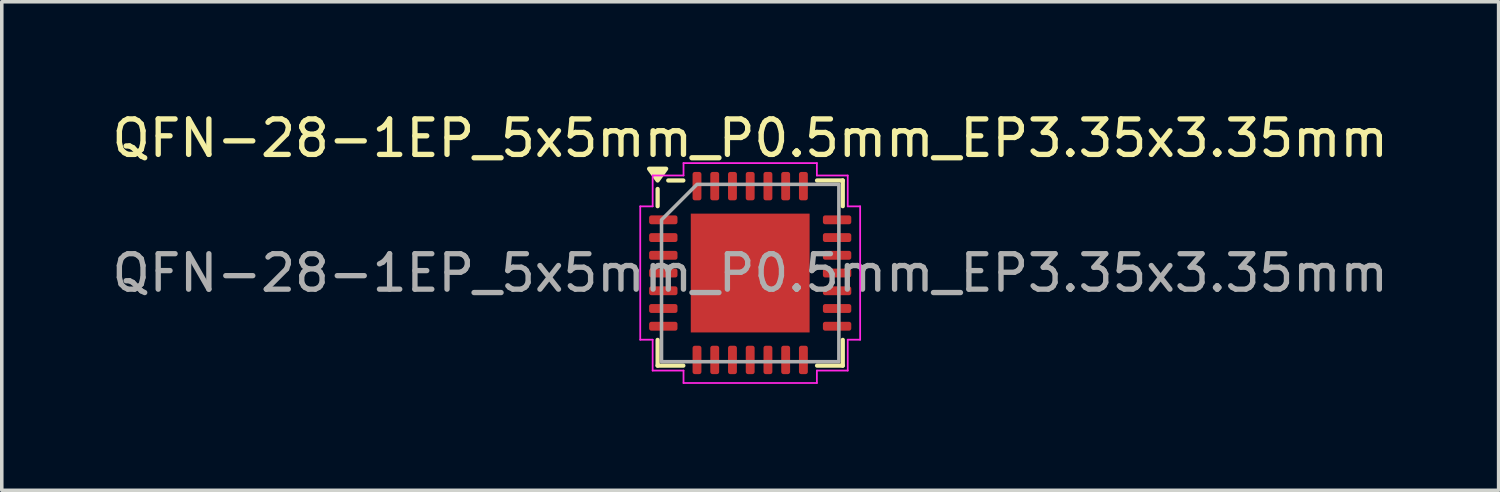
<source format=kicad_pcb>
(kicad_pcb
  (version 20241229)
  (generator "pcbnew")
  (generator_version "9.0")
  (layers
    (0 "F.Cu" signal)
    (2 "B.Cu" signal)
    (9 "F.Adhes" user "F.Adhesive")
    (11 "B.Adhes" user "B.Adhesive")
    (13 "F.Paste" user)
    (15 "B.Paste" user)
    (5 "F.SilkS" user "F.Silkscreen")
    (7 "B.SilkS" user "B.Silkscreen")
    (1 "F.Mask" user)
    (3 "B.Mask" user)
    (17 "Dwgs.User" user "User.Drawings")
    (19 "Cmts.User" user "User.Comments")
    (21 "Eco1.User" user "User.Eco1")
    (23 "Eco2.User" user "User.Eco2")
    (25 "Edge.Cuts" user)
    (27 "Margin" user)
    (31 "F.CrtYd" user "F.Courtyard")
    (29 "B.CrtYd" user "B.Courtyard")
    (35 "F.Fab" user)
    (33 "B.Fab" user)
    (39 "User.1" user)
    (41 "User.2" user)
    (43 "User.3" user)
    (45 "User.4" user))
  (footprint "QFN-28-1EP_5x5mm_P0.5mm_EP3.35x3.35mm"
    (layer "F.Cu")
    (at 18.101 4.648)
    (property "Reference" "QFN-28-1EP_5x5mm_P0.5mm_EP3.35x3.35mm" (at 0 -3.8 0) (layer "F.SilkS") (effects (font (size 1 1) (thickness 0.15))))
    (attr smd)
    (fp_line (start -2.61 -1.885) (end -2.61 -2.37) (stroke (width 0.12) (type solid)) (layer "F.SilkS"))
    (fp_line (start -2.61 2.61) (end -2.61 1.885) (stroke (width 0.12) (type solid)) (layer "F.SilkS"))
    (fp_line (start -1.885 -2.61) (end -2.31 -2.61) (stroke (width 0.12) (type solid)) (layer "F.SilkS"))
    (fp_line (start -1.885 2.61) (end -2.61 2.61) (stroke (width 0.12) (type solid)) (layer "F.SilkS"))
    (fp_line (start 1.885 -2.61) (end 2.61 -2.61) (stroke (width 0.12) (type solid)) (layer "F.SilkS"))
    (fp_line (start 1.885 2.61) (end 2.61 2.61) (stroke (width 0.12) (type solid)) (layer "F.SilkS"))
    (fp_line (start 2.61 -2.61) (end 2.61 -1.885) (stroke (width 0.12) (type solid)) (layer "F.SilkS"))
    (fp_line (start 2.61 2.61) (end 2.61 1.885) (stroke (width 0.12) (type solid)) (layer "F.SilkS"))
    (fp_poly (pts (xy -2.61 -2.61) (xy -2.85 -2.94) (xy -2.37 -2.94)) (stroke (width 0.12) (type solid)) (fill yes) (layer "F.SilkS"))
    (fp_line (start -3.1 -1.88) (end -2.75 -1.88) (stroke (width 0.05) (type solid)) (layer "F.CrtYd"))
    (fp_line (start -3.1 1.88) (end -3.1 -1.88) (stroke (width 0.05) (type solid)) (layer "F.CrtYd"))
    (fp_line (start -2.75 -2.75) (end -1.88 -2.75) (stroke (width 0.05) (type solid)) (layer "F.CrtYd"))
    (fp_line (start -2.75 -1.88) (end -2.75 -2.75) (stroke (width 0.05) (type solid)) (layer "F.CrtYd"))
    (fp_line (start -2.75 1.88) (end -3.1 1.88) (stroke (width 0.05) (type solid)) (layer "F.CrtYd"))
    (fp_line (start -2.75 2.75) (end -2.75 1.88) (stroke (width 0.05) (type solid)) (layer "F.CrtYd"))
    (fp_line (start -1.88 -3.1) (end 1.88 -3.1) (stroke (width 0.05) (type solid)) (layer "F.CrtYd"))
    (fp_line (start -1.88 -2.75) (end -1.88 -3.1) (stroke (width 0.05) (type solid)) (layer "F.CrtYd"))
    (fp_line (start -1.88 2.75) (end -2.75 2.75) (stroke (width 0.05) (type solid)) (layer "F.CrtYd"))
    (fp_line (start -1.88 3.1) (end -1.88 2.75) (stroke (width 0.05) (type solid)) (layer "F.CrtYd"))
    (fp_line (start 1.88 -3.1) (end 1.88 -2.75) (stroke (width 0.05) (type solid)) (layer "F.CrtYd"))
    (fp_line (start 1.88 -2.75) (end 2.75 -2.75) (stroke (width 0.05) (type solid)) (layer "F.CrtYd"))
    (fp_line (start 1.88 2.75) (end 1.88 3.1) (stroke (width 0.05) (type solid)) (layer "F.CrtYd"))
    (fp_line (start 1.88 3.1) (end -1.88 3.1) (stroke (width 0.05) (type solid)) (layer "F.CrtYd"))
    (fp_line (start 2.75 -2.75) (end 2.75 -1.88) (stroke (width 0.05) (type solid)) (layer "F.CrtYd"))
    (fp_line (start 2.75 -1.88) (end 3.1 -1.88) (stroke (width 0.05) (type solid)) (layer "F.CrtYd"))
    (fp_line (start 2.75 1.88) (end 2.75 2.75) (stroke (width 0.05) (type solid)) (layer "F.CrtYd"))
    (fp_line (start 2.75 2.75) (end 1.88 2.75) (stroke (width 0.05) (type solid)) (layer "F.CrtYd"))
    (fp_line (start 3.1 -1.88) (end 3.1 1.88) (stroke (width 0.05) (type solid)) (layer "F.CrtYd"))
    (fp_line (start 3.1 1.88) (end 2.75 1.88) (stroke (width 0.05) (type solid)) (layer "F.CrtYd"))
    (fp_poly (pts (xy -2.5 -1.5) (xy -2.5 2.5) (xy 2.5 2.5) (xy 2.5 -2.5) (xy -1.5 -2.5)) (stroke (width 0.1) (type solid)) (fill no) (layer "F.Fab"))
    (fp_text user "${REFERENCE}" (at 0 0 0) (layer "F.Fab") (effects (font (size 1 1) (thickness 0.15))))
    (pad "" smd roundrect (at -1.12 -1.12) (size 0.9 0.9) (layers "F.Paste") (roundrect_rratio 0.25))
    (pad "" smd roundrect (at -1.12 0) (size 0.9 0.9) (layers "F.Paste") (roundrect_rratio 0.25))
    (pad "" smd roundrect (at -1.12 1.12) (size 0.9 0.9) (layers "F.Paste") (roundrect_rratio 0.25))
    (pad "" smd roundrect (at 0 -1.12) (size 0.9 0.9) (layers "F.Paste") (roundrect_rratio 0.25))
    (pad "" smd roundrect (at 0 0) (size 0.9 0.9) (layers "F.Paste") (roundrect_rratio 0.25))
    (pad "" smd roundrect (at 0 1.12) (size 0.9 0.9) (layers "F.Paste") (roundrect_rratio 0.25))
    (pad "" smd roundrect (at 1.12 -1.12) (size 0.9 0.9) (layers "F.Paste") (roundrect_rratio 0.25))
    (pad "" smd roundrect (at 1.12 0) (size 0.9 0.9) (layers "F.Paste") (roundrect_rratio 0.25))
    (pad "" smd roundrect (at 1.12 1.12) (size 0.9 0.9) (layers "F.Paste") (roundrect_rratio 0.25))
    (pad "1" smd roundrect (at -2.45 -1.5) (size 0.8 0.25) (layers "F.Cu" "F.Mask" "F.Paste") (roundrect_rratio 0.25))
    (pad "2" smd roundrect (at -2.45 -1) (size 0.8 0.25) (layers "F.Cu" "F.Mask" "F.Paste") (roundrect_rratio 0.25))
    (pad "3" smd roundrect (at -2.45 -0.5) (size 0.8 0.25) (layers "F.Cu" "F.Mask" "F.Paste") (roundrect_rratio 0.25))
    (pad "4" smd roundrect (at -2.45 0) (size 0.8 0.25) (layers "F.Cu" "F.Mask" "F.Paste") (roundrect_rratio 0.25))
    (pad "5" smd roundrect (at -2.45 0.5) (size 0.8 0.25) (layers "F.Cu" "F.Mask" "F.Paste") (roundrect_rratio 0.25))
    (pad "6" smd roundrect (at -2.45 1) (size 0.8 0.25) (layers "F.Cu" "F.Mask" "F.Paste") (roundrect_rratio 0.25))
    (pad "7" smd roundrect (at -2.45 1.5) (size 0.8 0.25) (layers "F.Cu" "F.Mask" "F.Paste") (roundrect_rratio 0.25))
    (pad "8" smd roundrect (at -1.5 2.45) (size 0.25 0.8) (layers "F.Cu" "F.Mask" "F.Paste") (roundrect_rratio 0.25))
    (pad "9" smd roundrect (at -1 2.45) (size 0.25 0.8) (layers "F.Cu" "F.Mask" "F.Paste") (roundrect_rratio 0.25))
    (pad "10" smd roundrect (at -0.5 2.45) (size 0.25 0.8) (layers "F.Cu" "F.Mask" "F.Paste") (roundrect_rratio 0.25))
    (pad "11" smd roundrect (at 0 2.45) (size 0.25 0.8) (layers "F.Cu" "F.Mask" "F.Paste") (roundrect_rratio 0.25))
    (pad "12" smd roundrect (at 0.5 2.45) (size 0.25 0.8) (layers "F.Cu" "F.Mask" "F.Paste") (roundrect_rratio 0.25))
    (pad "13" smd roundrect (at 1 2.45) (size 0.25 0.8) (layers "F.Cu" "F.Mask" "F.Paste") (roundrect_rratio 0.25))
    (pad "14" smd roundrect (at 1.5 2.45) (size 0.25 0.8) (layers "F.Cu" "F.Mask" "F.Paste") (roundrect_rratio 0.25))
    (pad "15" smd roundrect (at 2.45 1.5) (size 0.8 0.25) (layers "F.Cu" "F.Mask" "F.Paste") (roundrect_rratio 0.25))
    (pad "16" smd roundrect (at 2.45 1) (size 0.8 0.25) (layers "F.Cu" "F.Mask" "F.Paste") (roundrect_rratio 0.25))
    (pad "17" smd roundrect (at 2.45 0.5) (size 0.8 0.25) (layers "F.Cu" "F.Mask" "F.Paste") (roundrect_rratio 0.25))
    (pad "18" smd roundrect (at 2.45 0) (size 0.8 0.25) (layers "F.Cu" "F.Mask" "F.Paste") (roundrect_rratio 0.25))
    (pad "19" smd roundrect (at 2.45 -0.5) (size 0.8 0.25) (layers "F.Cu" "F.Mask" "F.Paste") (roundrect_rratio 0.25))
    (pad "20" smd roundrect (at 2.45 -1) (size 0.8 0.25) (layers "F.Cu" "F.Mask" "F.Paste") (roundrect_rratio 0.25))
    (pad "21" smd roundrect (at 2.45 -1.5) (size 0.8 0.25) (layers "F.Cu" "F.Mask" "F.Paste") (roundrect_rratio 0.25))
    (pad "22" smd roundrect (at 1.5 -2.45) (size 0.25 0.8) (layers "F.Cu" "F.Mask" "F.Paste") (roundrect_rratio 0.25))
    (pad "23" smd roundrect (at 1 -2.45) (size 0.25 0.8) (layers "F.Cu" "F.Mask" "F.Paste") (roundrect_rratio 0.25))
    (pad "24" smd roundrect (at 0.5 -2.45) (size 0.25 0.8) (layers "F.Cu" "F.Mask" "F.Paste") (roundrect_rratio 0.25))
    (pad "25" smd roundrect (at 0 -2.45) (size 0.25 0.8) (layers "F.Cu" "F.Mask" "F.Paste") (roundrect_rratio 0.25))
    (pad "26" smd roundrect (at -0.5 -2.45) (size 0.25 0.8) (layers "F.Cu" "F.Mask" "F.Paste") (roundrect_rratio 0.25))
    (pad "27" smd roundrect (at -1 -2.45) (size 0.25 0.8) (layers "F.Cu" "F.Mask" "F.Paste") (roundrect_rratio 0.25))
    (pad "28" smd roundrect (at -1.5 -2.45) (size 0.25 0.8) (layers "F.Cu" "F.Mask" "F.Paste") (roundrect_rratio 0.25))
    (pad "29" smd rect (at 0 0) (size 3.35 3.35) (property pad_prop_heatsink) (layers "F.Cu" "F.Mask")))
  (gr_rect
    (start -3 -3)
    (end 39.202 10.773)
    (stroke (width 0.1) (type default))
    (fill no)
    (layer "Edge.Cuts")))
</source>
